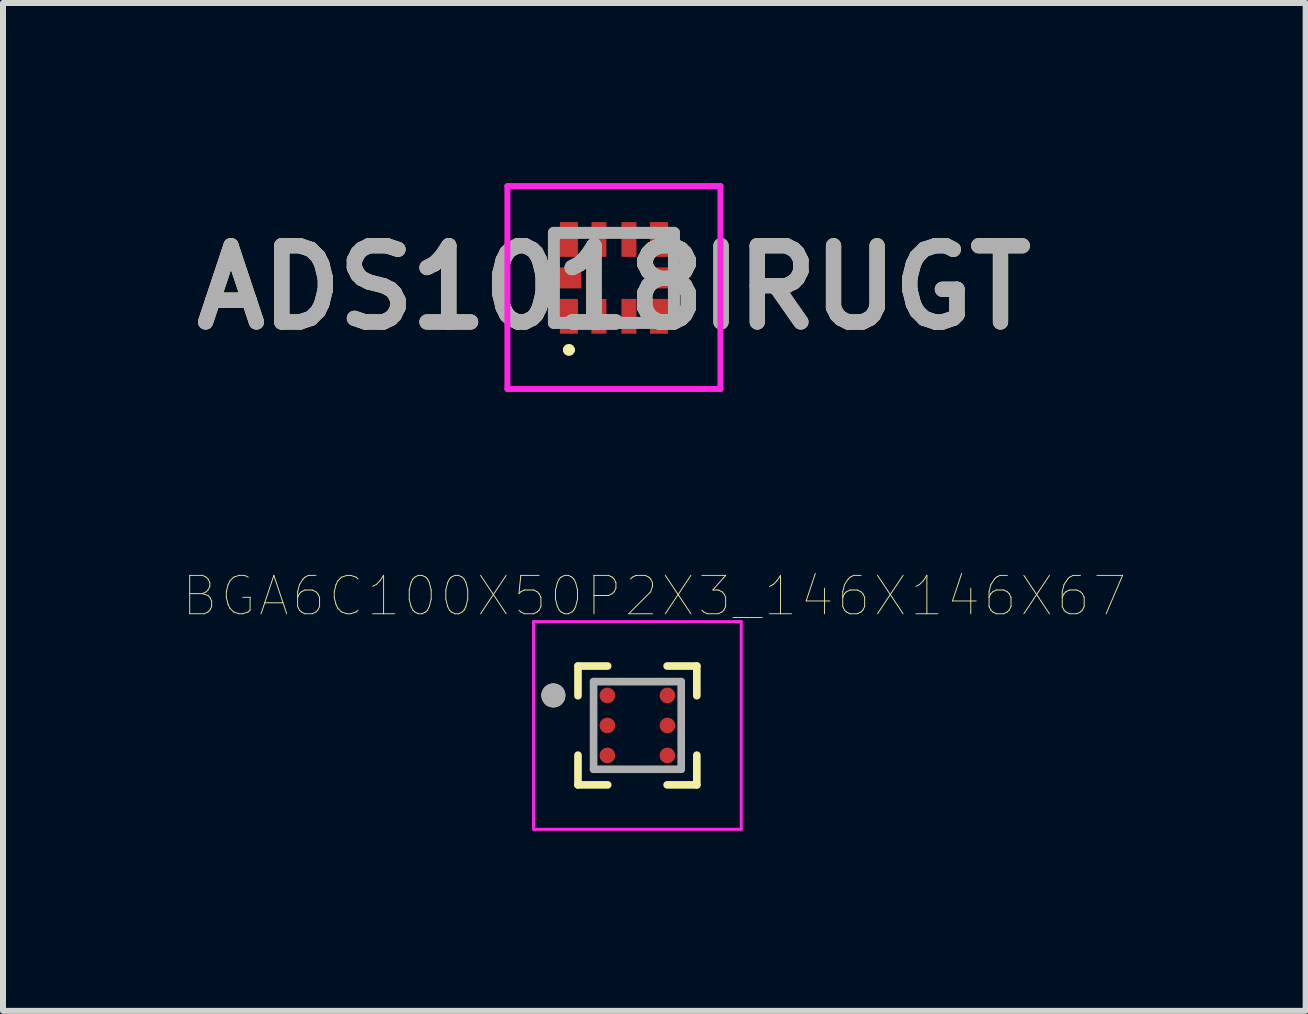
<source format=kicad_pcb>
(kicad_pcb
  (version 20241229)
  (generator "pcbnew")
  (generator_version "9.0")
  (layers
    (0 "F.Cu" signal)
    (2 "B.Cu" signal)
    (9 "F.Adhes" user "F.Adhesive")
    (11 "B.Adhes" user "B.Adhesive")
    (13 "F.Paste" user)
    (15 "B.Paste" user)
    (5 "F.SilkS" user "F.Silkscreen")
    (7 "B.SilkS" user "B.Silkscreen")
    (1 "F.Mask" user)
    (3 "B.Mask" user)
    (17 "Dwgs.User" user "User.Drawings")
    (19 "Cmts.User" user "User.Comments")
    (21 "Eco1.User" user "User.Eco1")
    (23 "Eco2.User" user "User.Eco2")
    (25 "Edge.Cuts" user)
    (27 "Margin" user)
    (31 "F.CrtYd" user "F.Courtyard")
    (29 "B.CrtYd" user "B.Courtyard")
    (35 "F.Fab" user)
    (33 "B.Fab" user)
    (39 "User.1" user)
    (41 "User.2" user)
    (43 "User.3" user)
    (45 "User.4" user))
  (footprint "ADS1018IRUGT"
    (layer "F.Cu")
    (at 7.179 1.58)
    (property "Reference" "ADS1018IRUGT" (at 0 0.16 0) (layer "F.SilkS") (effects (font (size 1.27 1.27) (thickness 0.254))))
    (attr smd)
    (fp_line (start -0.8 1.2) (end -0.8 1.2) (stroke (width 0.1) (type solid)) (layer "F.SilkS"))
    (fp_line (start -0.7 1.2) (end -0.7 1.2) (stroke (width 0.1) (type solid)) (layer "F.SilkS"))
    (fp_arc (start -0.8 1.2) (mid -0.75 1.15) (end -0.7 1.2) (stroke (width 0.1) (type solid)) (layer "F.SilkS"))
    (fp_arc (start -0.7 1.2) (mid -0.75 1.25) (end -0.8 1.2) (stroke (width 0.1) (type solid)) (layer "F.SilkS"))
    (fp_line (start -1.775 -1.53) (end 1.775 -1.53) (stroke (width 0.1) (type solid)) (layer "F.CrtYd"))
    (fp_line (start -1.775 1.85) (end -1.775 -1.53) (stroke (width 0.1) (type solid)) (layer "F.CrtYd"))
    (fp_line (start 1.775 -1.53) (end 1.775 1.85) (stroke (width 0.1) (type solid)) (layer "F.CrtYd"))
    (fp_line (start 1.775 1.85) (end -1.775 1.85) (stroke (width 0.1) (type solid)) (layer "F.CrtYd"))
    (fp_line (start -1 -0.75) (end 1 -0.75) (stroke (width 0.2) (type solid)) (layer "F.Fab"))
    (fp_line (start -1 0.75) (end -1 -0.75) (stroke (width 0.2) (type solid)) (layer "F.Fab"))
    (fp_line (start 1 -0.75) (end 1 0.75) (stroke (width 0.2) (type solid)) (layer "F.Fab"))
    (fp_line (start 1 0.75) (end -1 0.75) (stroke (width 0.2) (type solid)) (layer "F.Fab"))
    (fp_text user "${REFERENCE}" (at 0 0.16 0) (layer "F.Fab") (effects (font (size 1.27 1.27) (thickness 0.254))))
    (pad "1" smd rect (at -0.75 0.64) (size 0.3 0.58) (layers "F.Cu" "F.Mask" "F.Paste"))
    (pad "2" smd rect (at -0.25 0.64) (size 0.25 0.58) (layers "F.Cu" "F.Mask" "F.Paste"))
    (pad "3" smd rect (at 0.25 0.64) (size 0.25 0.58) (layers "F.Cu" "F.Mask" "F.Paste"))
    (pad "4" smd rect (at 0.75 0.64) (size 0.3 0.58) (layers "F.Cu" "F.Mask" "F.Paste"))
    (pad "5" smd rect (at 0.86 0 90) (size 0.35 0.63) (layers "F.Cu" "F.Mask" "F.Paste"))
    (pad "6" smd rect (at 0.75 -0.64) (size 0.3 0.58) (layers "F.Cu" "F.Mask" "F.Paste"))
    (pad "7" smd rect (at 0.25 -0.64) (size 0.25 0.58) (layers "F.Cu" "F.Mask" "F.Paste"))
    (pad "8" smd rect (at -0.25 -0.64) (size 0.25 0.58) (layers "F.Cu" "F.Mask" "F.Paste"))
    (pad "9" smd rect (at -0.75 -0.64) (size 0.3 0.58) (layers "F.Cu" "F.Mask" "F.Paste"))
    (pad "10" smd rect (at -0.86 0 90) (size 0.35 0.63) (layers "F.Cu" "F.Mask" "F.Paste")))
  (footprint "BGA6C100X50P2X3_146X146X67"
    (layer "F.Cu")
    (at 7.57 9.037)
    (property "Reference" "BGA6C100X50P2X3_146X146X67" (at 0.282 -2.156 0) (layer "F.SilkS") (effects (font (size 0.64 0.64) (thickness 0.015))))
    (attr through_hole)
    (fp_line (start -0.99 -0.99) (end -0.495 -0.99) (stroke (width 0.127) (type solid)) (layer "F.SilkS"))
    (fp_line (start -0.99 -0.495) (end -0.99 -0.99) (stroke (width 0.127) (type solid)) (layer "F.SilkS"))
    (fp_line (start -0.99 0.99) (end -0.99 0.495) (stroke (width 0.127) (type solid)) (layer "F.SilkS"))
    (fp_line (start -0.495 0.99) (end -0.99 0.99) (stroke (width 0.127) (type solid)) (layer "F.SilkS"))
    (fp_line (start 0.495 -0.99) (end 0.99 -0.99) (stroke (width 0.127) (type solid)) (layer "F.SilkS"))
    (fp_line (start 0.99 -0.99) (end 0.99 -0.495) (stroke (width 0.127) (type solid)) (layer "F.SilkS"))
    (fp_line (start 0.99 0.495) (end 0.99 0.99) (stroke (width 0.127) (type solid)) (layer "F.SilkS"))
    (fp_line (start 0.99 0.99) (end 0.495 0.99) (stroke (width 0.127) (type solid)) (layer "F.SilkS"))
    (fp_circle (center -1.4 -0.5) (end -1.3 -0.5) (stroke (width 0.2) (type solid)) (fill no) (layer "F.SilkS"))
    (fp_line (start -1.73 -1.73) (end 1.73 -1.73) (stroke (width 0.05) (type solid)) (layer "F.CrtYd"))
    (fp_line (start -1.73 1.73) (end -1.73 -1.73) (stroke (width 0.05) (type solid)) (layer "F.CrtYd"))
    (fp_line (start 1.73 -1.73) (end 1.73 1.73) (stroke (width 0.05) (type solid)) (layer "F.CrtYd"))
    (fp_line (start 1.73 1.73) (end -1.73 1.73) (stroke (width 0.05) (type solid)) (layer "F.CrtYd"))
    (fp_line (start -0.73 -0.73) (end 0.73 -0.73) (stroke (width 0.127) (type solid)) (layer "F.Fab"))
    (fp_line (start -0.73 0.73) (end -0.73 -0.73) (stroke (width 0.127) (type solid)) (layer "F.Fab"))
    (fp_line (start 0.73 -0.73) (end 0.73 0.73) (stroke (width 0.127) (type solid)) (layer "F.Fab"))
    (fp_line (start 0.73 0.73) (end -0.73 0.73) (stroke (width 0.127) (type solid)) (layer "F.Fab"))
    (fp_circle (center -1.4 -0.5) (end -1.3 -0.5) (stroke (width 0.2) (type solid)) (fill no) (layer "F.Fab"))
    (pad "A1" smd circle (at -0.5 -0.5) (size 0.26 0.26) (layers "F.Cu" "F.Mask" "F.Paste"))
    (pad "A2" smd circle (at 0.5 -0.5) (size 0.26 0.26) (layers "F.Cu" "F.Mask" "F.Paste"))
    (pad "B1" smd circle (at -0.5 0) (size 0.26 0.26) (layers "F.Cu" "F.Mask" "F.Paste"))
    (pad "B2" smd circle (at 0.5 0) (size 0.26 0.26) (layers "F.Cu" "F.Mask" "F.Paste"))
    (pad "C1" smd circle (at -0.5 0.5) (size 0.26 0.26) (layers "F.Cu" "F.Mask" "F.Paste"))
    (pad "C2" smd circle (at 0.5 0.5) (size 0.26 0.26) (layers "F.Cu" "F.Mask" "F.Paste")))
  (gr_rect
    (start -3 -3)
    (end 18.704 13.792)
    (stroke (width 0.1) (type default))
    (fill no)
    (layer "Edge.Cuts")))
</source>
